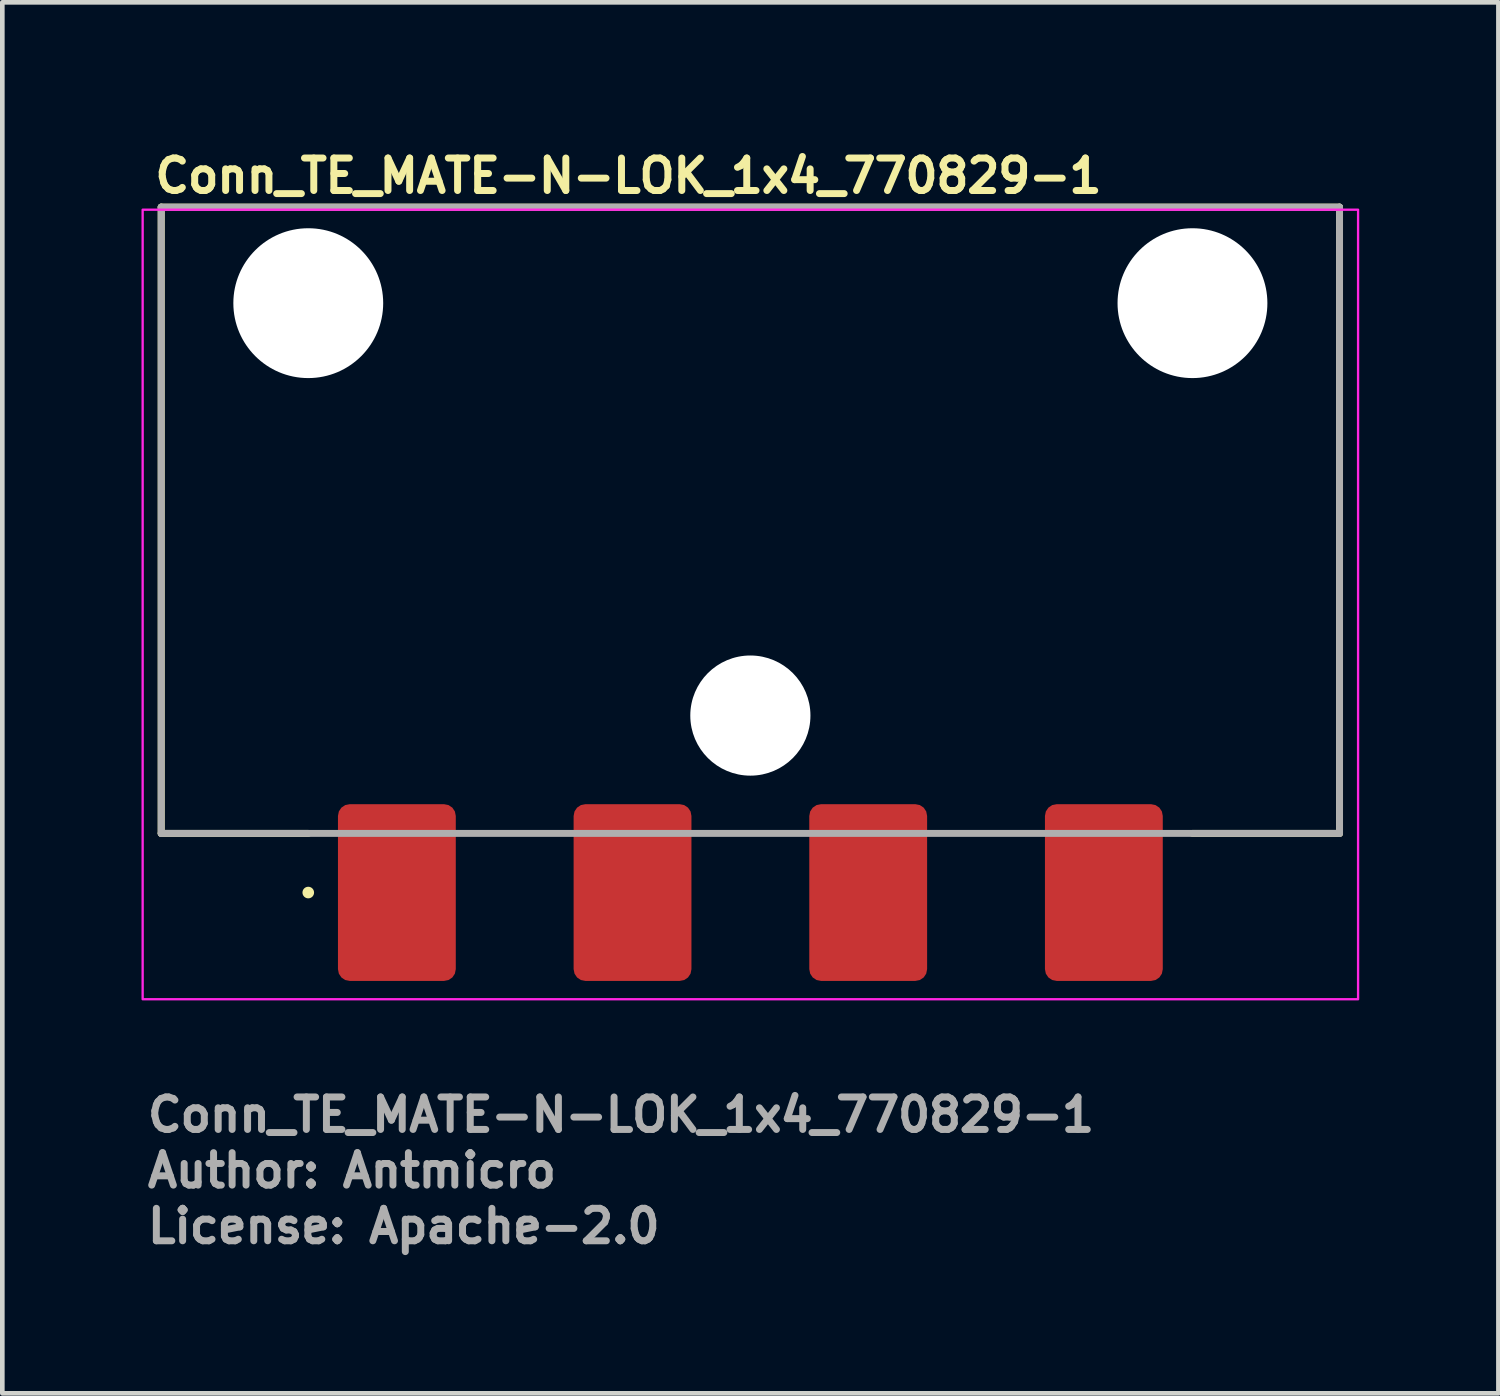
<source format=kicad_pcb>
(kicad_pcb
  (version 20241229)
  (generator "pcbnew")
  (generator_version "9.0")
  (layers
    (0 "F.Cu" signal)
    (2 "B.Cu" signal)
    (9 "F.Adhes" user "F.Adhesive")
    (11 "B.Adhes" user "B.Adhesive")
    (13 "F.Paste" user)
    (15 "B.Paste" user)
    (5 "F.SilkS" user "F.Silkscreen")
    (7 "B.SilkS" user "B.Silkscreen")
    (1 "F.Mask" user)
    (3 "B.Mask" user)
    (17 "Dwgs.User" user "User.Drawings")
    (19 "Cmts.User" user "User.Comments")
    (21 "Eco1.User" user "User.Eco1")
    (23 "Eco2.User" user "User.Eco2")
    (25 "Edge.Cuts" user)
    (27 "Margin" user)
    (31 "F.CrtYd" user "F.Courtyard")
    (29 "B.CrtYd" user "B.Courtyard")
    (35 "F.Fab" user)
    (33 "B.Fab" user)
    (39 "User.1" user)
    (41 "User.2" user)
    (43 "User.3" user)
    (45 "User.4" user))
  (footprint "Conn_TE_MATE-N-LOK_1x4_770829-1"
    (layer "F.Cu")
    (at 5.505 16.19)
    (property "Reference" "Conn_TE_MATE-N-LOK_1x4_770829-1" (at -5.29 -15.04 0) (layer "F.SilkS") (effects (font (size 0.7 0.7) (thickness 0.15)) (justify left bottom)))
    (attr smd)
    (fp_line (start -5.08 -14.775) (end 20.32 -14.775) (stroke (width 0.15) (type solid)) (layer "F.SilkS"))
    (fp_line (start -5.08 -1.275) (end -5.08 -14.775) (stroke (width 0.15) (type solid)) (layer "F.SilkS"))
    (fp_line (start -1.91 -1.275) (end -5.08 -1.275) (stroke (width 0.15) (type solid)) (layer "F.SilkS"))
    (fp_line (start 20.32 -14.775) (end 20.32 -1.275) (stroke (width 0.15) (type solid)) (layer "F.SilkS"))
    (fp_line (start 20.32 -1.275) (end 17.15 -1.275) (stroke (width 0.15) (type solid)) (layer "F.SilkS"))
    (fp_circle (center -1.91 0) (end -1.86 0) (stroke (width 0.15) (type solid)) (fill yes) (layer "F.SilkS"))
    (fp_rect (start -5.48 -14.72) (end 20.72 2.3) (stroke (width 0.05) (type solid)) (fill no) (layer "F.CrtYd"))
    (fp_line (start -5.08 -14.775) (end 20.32 -14.775) (stroke (width 0.15) (type solid)) (layer "F.Fab"))
    (fp_line (start -5.08 -1.275) (end -5.08 -14.775) (stroke (width 0.15) (type solid)) (layer "F.Fab"))
    (fp_line (start 20.32 -14.775) (end 20.32 -1.275) (stroke (width 0.15) (type solid)) (layer "F.Fab"))
    (fp_line (start 20.32 -1.275) (end -5.08 -1.275) (stroke (width 0.15) (type solid)) (layer "F.Fab"))
    (fp_rect (start -5.08 -14.1) (end 20.32 1.242) (stroke (width 0.1) (type solid)) (fill no) (layer "User.5"))
    (fp_line (start -5.08 -1.806) (end -5.08 -4.346) (stroke (width 0.02) (type solid)) (layer "User.9"))
    (fp_line (start -4.013 -14.1) (end -4.013 -1.806) (stroke (width 0.02) (type solid)) (layer "User.9"))
    (fp_line (start -4.013 -14.1) (end 19.253 -14.1) (stroke (width 0.02) (type solid)) (layer "User.9"))
    (fp_line (start -4.013 -4.346) (end -5.08 -4.346) (stroke (width 0.02) (type solid)) (layer "User.9"))
    (fp_line (start -4.013 -1.806) (end -5.08 -1.806) (stroke (width 0.02) (type solid)) (layer "User.9"))
    (fp_line (start -4.013 -1.806) (end -2.743 -1.806) (stroke (width 0.02) (type solid)) (layer "User.9"))
    (fp_line (start -2.743 -7.02) (end 1.067 -7.02) (stroke (width 0.02) (type solid)) (layer "User.9"))
    (fp_line (start -2.743 -1.806) (end -2.743 -7.02) (stroke (width 0.02) (type solid)) (layer "User.9"))
    (fp_line (start -2.743 -1.806) (end 1.067 -1.806) (stroke (width 0.02) (type solid)) (layer "User.9"))
    (fp_line (start -1.651 -1.067) (end -1.651 -1.806) (stroke (width 0.02) (type solid)) (layer "User.9"))
    (fp_line (start -1.114 -0.53) (end -1.651 -1.067) (stroke (width 0.02) (type solid)) (layer "User.9"))
    (fp_line (start -1.087 -0.509) (end -1.114 -0.53) (stroke (width 0.02) (type solid)) (layer "User.9"))
    (fp_line (start -1.056 -0.494) (end -1.087 -0.509) (stroke (width 0.02) (type solid)) (layer "User.9"))
    (fp_line (start -1.023 -0.487) (end -1.056 -0.494) (stroke (width 0.02) (type solid)) (layer "User.9"))
    (fp_line (start -0.988 -0.487) (end -1.023 -0.487) (stroke (width 0.02) (type solid)) (layer "User.9"))
    (fp_line (start -0.955 -0.494) (end -0.988 -0.487) (stroke (width 0.02) (type solid)) (layer "User.9"))
    (fp_line (start -0.924 -0.509) (end -0.955 -0.494) (stroke (width 0.02) (type solid)) (layer "User.9"))
    (fp_line (start -0.898 -0.531) (end -0.924 -0.509) (stroke (width 0.02) (type solid)) (layer "User.9"))
    (fp_line (start -0.876 -0.558) (end -0.898 -0.531) (stroke (width 0.02) (type solid)) (layer "User.9"))
    (fp_line (start -0.862 -0.589) (end -0.876 -0.558) (stroke (width 0.02) (type solid)) (layer "User.9"))
    (fp_line (start -0.854 -0.622) (end -0.862 -0.589) (stroke (width 0.02) (type solid)) (layer "User.9"))
    (fp_line (start -0.825 -1.806) (end -0.825 -1.502) (stroke (width 0.02) (type solid)) (layer "User.9"))
    (fp_line (start -0.762 -1.502) (end -0.854 -0.622) (stroke (width 0.02) (type solid)) (layer "User.9"))
    (fp_line (start -0.66 -1.502) (end -0.825 -1.502) (stroke (width 0.02) (type solid)) (layer "User.9"))
    (fp_line (start -0.66 -1.502) (end -0.66 -1.806) (stroke (width 0.02) (type solid)) (layer "User.9"))
    (fp_line (start -0.66 -1.475) (end -0.66 -1.502) (stroke (width 0.02) (type solid)) (layer "User.9"))
    (fp_line (start -0.66 -1.449) (end -0.66 -1.475) (stroke (width 0.02) (type solid)) (layer "User.9"))
    (fp_line (start -0.66 -1.423) (end -0.66 -1.449) (stroke (width 0.02) (type solid)) (layer "User.9"))
    (fp_line (start -0.66 -1.399) (end -0.66 -1.423) (stroke (width 0.02) (type solid)) (layer "User.9"))
    (fp_line (start -0.66 -1.375) (end -0.66 -1.399) (stroke (width 0.02) (type solid)) (layer "User.9"))
    (fp_line (start -0.66 -1.353) (end -0.66 -1.375) (stroke (width 0.02) (type solid)) (layer "User.9"))
    (fp_line (start -0.66 -1.333) (end -0.66 -1.353) (stroke (width 0.02) (type solid)) (layer "User.9"))
    (fp_line (start -0.66 -1.314) (end -0.66 -1.333) (stroke (width 0.02) (type solid)) (layer "User.9"))
    (fp_line (start -0.66 -1.297) (end -0.66 -1.314) (stroke (width 0.02) (type solid)) (layer "User.9"))
    (fp_line (start -0.66 -1.283) (end -0.66 -1.297) (stroke (width 0.02) (type solid)) (layer "User.9"))
    (fp_line (start -0.66 -1.271) (end -0.66 -1.283) (stroke (width 0.02) (type solid)) (layer "User.9"))
    (fp_line (start -0.66 -1.262) (end -0.66 -1.271) (stroke (width 0.02) (type solid)) (layer "User.9"))
    (fp_line (start -0.66 -1.255) (end -0.66 -1.262) (stroke (width 0.02) (type solid)) (layer "User.9"))
    (fp_line (start -0.66 -1.251) (end -0.66 -1.255) (stroke (width 0.02) (type solid)) (layer "User.9"))
    (fp_line (start -0.66 -0.969) (end -0.66 -1.251) (stroke (width 0.02) (type solid)) (layer "User.9"))
    (fp_line (start -0.66 -0.964) (end -0.66 -0.969) (stroke (width 0.02) (type solid)) (layer "User.9"))
    (fp_line (start -0.66 -0.956) (end -0.66 -0.964) (stroke (width 0.02) (type solid)) (layer "User.9"))
    (fp_line (start -0.66 -0.946) (end -0.66 -0.956) (stroke (width 0.02) (type solid)) (layer "User.9"))
    (fp_line (start -0.66 -0.932) (end -0.66 -0.946) (stroke (width 0.02) (type solid)) (layer "User.9"))
    (fp_line (start -0.66 -0.916) (end -0.66 -0.932) (stroke (width 0.02) (type solid)) (layer "User.9"))
    (fp_line (start -0.66 -0.897) (end -0.66 -0.916) (stroke (width 0.02) (type solid)) (layer "User.9"))
    (fp_line (start -0.66 -0.875) (end -0.66 -0.897) (stroke (width 0.02) (type solid)) (layer "User.9"))
    (fp_line (start -0.66 -0.851) (end -0.66 -0.875) (stroke (width 0.02) (type solid)) (layer "User.9"))
    (fp_line (start -0.66 -0.826) (end -0.66 -0.851) (stroke (width 0.02) (type solid)) (layer "User.9"))
    (fp_line (start -0.66 -0.799) (end -0.66 -0.826) (stroke (width 0.02) (type solid)) (layer "User.9"))
    (fp_line (start -0.66 -0.77) (end -0.66 -0.799) (stroke (width 0.02) (type solid)) (layer "User.9"))
    (fp_line (start -0.66 -0.74) (end -0.66 -0.77) (stroke (width 0.02) (type solid)) (layer "User.9"))
    (fp_line (start -0.66 -0.709) (end -0.66 -0.74) (stroke (width 0.02) (type solid)) (layer "User.9"))
    (fp_line (start -0.66 -0.678) (end -0.66 -0.709) (stroke (width 0.02) (type solid)) (layer "User.9"))
    (fp_line (start -0.66 1.242) (end -0.66 -0.678) (stroke (width 0.02) (type solid)) (layer "User.9"))
    (fp_line (start 0.66 -1.502) (end -0.66 -1.502) (stroke (width 0.02) (type solid)) (layer "User.9"))
    (fp_line (start 0.66 -1.502) (end 0.66 -1.806) (stroke (width 0.02) (type solid)) (layer "User.9"))
    (fp_line (start 0.66 -1.475) (end 0.66 -1.502) (stroke (width 0.02) (type solid)) (layer "User.9"))
    (fp_line (start 0.66 -1.449) (end 0.66 -1.475) (stroke (width 0.02) (type solid)) (layer "User.9"))
    (fp_line (start 0.66 -1.423) (end 0.66 -1.449) (stroke (width 0.02) (type solid)) (layer "User.9"))
    (fp_line (start 0.66 -1.399) (end 0.66 -1.423) (stroke (width 0.02) (type solid)) (layer "User.9"))
    (fp_line (start 0.66 -1.375) (end 0.66 -1.399) (stroke (width 0.02) (type solid)) (layer "User.9"))
    (fp_line (start 0.66 -1.353) (end 0.66 -1.375) (stroke (width 0.02) (type solid)) (layer "User.9"))
    (fp_line (start 0.66 -1.333) (end 0.66 -1.353) (stroke (width 0.02) (type solid)) (layer "User.9"))
    (fp_line (start 0.66 -1.314) (end 0.66 -1.333) (stroke (width 0.02) (type solid)) (layer "User.9"))
    (fp_line (start 0.66 -1.297) (end 0.66 -1.314) (stroke (width 0.02) (type solid)) (layer "User.9"))
    (fp_line (start 0.66 -1.283) (end 0.66 -1.297) (stroke (width 0.02) (type solid)) (layer "User.9"))
    (fp_line (start 0.66 -1.271) (end 0.66 -1.283) (stroke (width 0.02) (type solid)) (layer "User.9"))
    (fp_line (start 0.66 -1.262) (end 0.66 -1.271) (stroke (width 0.02) (type solid)) (layer "User.9"))
    (fp_line (start 0.66 -1.255) (end 0.66 -1.262) (stroke (width 0.02) (type solid)) (layer "User.9"))
    (fp_line (start 0.66 -1.251) (end -0.66 -1.251) (stroke (width 0.02) (type solid)) (layer "User.9"))
    (fp_line (start 0.66 -1.251) (end 0.66 -1.255) (stroke (width 0.02) (type solid)) (layer "User.9"))
    (fp_line (start 0.66 -0.969) (end -0.66 -0.969) (stroke (width 0.02) (type solid)) (layer "User.9"))
    (fp_line (start 0.66 -0.969) (end 0.66 -1.251) (stroke (width 0.02) (type solid)) (layer "User.9"))
    (fp_line (start 0.66 -0.964) (end 0.66 -0.969) (stroke (width 0.02) (type solid)) (layer "User.9"))
    (fp_line (start 0.66 -0.956) (end 0.66 -0.964) (stroke (width 0.02) (type solid)) (layer "User.9"))
    (fp_line (start 0.66 -0.946) (end 0.66 -0.956) (stroke (width 0.02) (type solid)) (layer "User.9"))
    (fp_line (start 0.66 -0.932) (end 0.66 -0.946) (stroke (width 0.02) (type solid)) (layer "User.9"))
    (fp_line (start 0.66 -0.916) (end 0.66 -0.932) (stroke (width 0.02) (type solid)) (layer "User.9"))
    (fp_line (start 0.66 -0.897) (end 0.66 -0.916) (stroke (width 0.02) (type solid)) (layer "User.9"))
    (fp_line (start 0.66 -0.875) (end 0.66 -0.897) (stroke (width 0.02) (type solid)) (layer "User.9"))
    (fp_line (start 0.66 -0.851) (end 0.66 -0.875) (stroke (width 0.02) (type solid)) (layer "User.9"))
    (fp_line (start 0.66 -0.826) (end 0.66 -0.851) (stroke (width 0.02) (type solid)) (layer "User.9"))
    (fp_line (start 0.66 -0.799) (end 0.66 -0.826) (stroke (width 0.02) (type solid)) (layer "User.9"))
    (fp_line (start 0.66 -0.77) (end 0.66 -0.799) (stroke (width 0.02) (type solid)) (layer "User.9"))
    (fp_line (start 0.66 -0.74) (end 0.66 -0.77) (stroke (width 0.02) (type solid)) (layer "User.9"))
    (fp_line (start 0.66 -0.709) (end 0.66 -0.74) (stroke (width 0.02) (type solid)) (layer "User.9"))
    (fp_line (start 0.66 -0.678) (end -0.66 -0.678) (stroke (width 0.02) (type solid)) (layer "User.9"))
    (fp_line (start 0.66 -0.678) (end 0.66 -0.709) (stroke (width 0.02) (type solid)) (layer "User.9"))
    (fp_line (start 0.66 1.242) (end -0.66 1.242) (stroke (width 0.02) (type solid)) (layer "User.9"))
    (fp_line (start 0.66 1.242) (end 0.66 -0.678) (stroke (width 0.02) (type solid)) (layer "User.9"))
    (fp_line (start 0.826 -1.806) (end 0.826 -1.502) (stroke (width 0.02) (type solid)) (layer "User.9"))
    (fp_line (start 0.826 -1.502) (end 0.66 -1.502) (stroke (width 0.02) (type solid)) (layer "User.9"))
    (fp_line (start 0.854 -0.622) (end 0.762 -1.502) (stroke (width 0.02) (type solid)) (layer "User.9"))
    (fp_line (start 0.862 -0.589) (end 0.854 -0.622) (stroke (width 0.02) (type solid)) (layer "User.9"))
    (fp_line (start 0.876 -0.558) (end 0.862 -0.589) (stroke (width 0.02) (type solid)) (layer "User.9"))
    (fp_line (start 0.898 -0.531) (end 0.876 -0.558) (stroke (width 0.02) (type solid)) (layer "User.9"))
    (fp_line (start 0.924 -0.509) (end 0.898 -0.531) (stroke (width 0.02) (type solid)) (layer "User.9"))
    (fp_line (start 0.955 -0.494) (end 0.924 -0.509) (stroke (width 0.02) (type solid)) (layer "User.9"))
    (fp_line (start 0.988 -0.487) (end 0.955 -0.494) (stroke (width 0.02) (type solid)) (layer "User.9"))
    (fp_line (start 1.023 -0.487) (end 0.988 -0.487) (stroke (width 0.02) (type solid)) (layer "User.9"))
    (fp_line (start 1.056 -0.494) (end 1.023 -0.487) (stroke (width 0.02) (type solid)) (layer "User.9"))
    (fp_line (start 1.067 -1.806) (end 1.067 -7.02) (stroke (width 0.02) (type solid)) (layer "User.9"))
    (fp_line (start 1.067 -1.806) (end 2.337 -1.806) (stroke (width 0.02) (type solid)) (layer "User.9"))
    (fp_line (start 1.087 -0.509) (end 1.056 -0.494) (stroke (width 0.02) (type solid)) (layer "User.9"))
    (fp_line (start 1.114 -0.53) (end 1.087 -0.509) (stroke (width 0.02) (type solid)) (layer "User.9"))
    (fp_line (start 1.651 -1.806) (end 1.651 -1.067) (stroke (width 0.02) (type solid)) (layer "User.9"))
    (fp_line (start 1.651 -1.067) (end 1.114 -0.53) (stroke (width 0.02) (type solid)) (layer "User.9"))
    (fp_line (start 2.337 -7.02) (end 6.147 -7.02) (stroke (width 0.02) (type solid)) (layer "User.9"))
    (fp_line (start 2.337 -1.806) (end 2.337 -7.02) (stroke (width 0.02) (type solid)) (layer "User.9"))
    (fp_line (start 2.337 -1.806) (end 6.147 -1.806) (stroke (width 0.02) (type solid)) (layer "User.9"))
    (fp_line (start 3.429 -1.067) (end 3.429 -1.806) (stroke (width 0.02) (type solid)) (layer "User.9"))
    (fp_line (start 3.966 -0.53) (end 3.429 -1.067) (stroke (width 0.02) (type solid)) (layer "User.9"))
    (fp_line (start 3.993 -0.509) (end 3.966 -0.53) (stroke (width 0.02) (type solid)) (layer "User.9"))
    (fp_line (start 4.024 -0.494) (end 3.993 -0.509) (stroke (width 0.02) (type solid)) (layer "User.9"))
    (fp_line (start 4.057 -0.487) (end 4.024 -0.494) (stroke (width 0.02) (type solid)) (layer "User.9"))
    (fp_line (start 4.092 -0.487) (end 4.057 -0.487) (stroke (width 0.02) (type solid)) (layer "User.9"))
    (fp_line (start 4.125 -0.494) (end 4.092 -0.487) (stroke (width 0.02) (type solid)) (layer "User.9"))
    (fp_line (start 4.156 -0.509) (end 4.125 -0.494) (stroke (width 0.02) (type solid)) (layer "User.9"))
    (fp_line (start 4.182 -0.531) (end 4.156 -0.509) (stroke (width 0.02) (type solid)) (layer "User.9"))
    (fp_line (start 4.204 -0.558) (end 4.182 -0.531) (stroke (width 0.02) (type solid)) (layer "User.9"))
    (fp_line (start 4.218 -0.589) (end 4.204 -0.558) (stroke (width 0.02) (type solid)) (layer "User.9"))
    (fp_line (start 4.226 -0.622) (end 4.218 -0.589) (stroke (width 0.02) (type solid)) (layer "User.9"))
    (fp_line (start 4.254 -1.806) (end 4.254 -1.502) (stroke (width 0.02) (type solid)) (layer "User.9"))
    (fp_line (start 4.318 -1.502) (end 4.226 -0.622) (stroke (width 0.02) (type solid)) (layer "User.9"))
    (fp_line (start 4.42 -1.502) (end 4.254 -1.502) (stroke (width 0.02) (type solid)) (layer "User.9"))
    (fp_line (start 4.42 -1.502) (end 4.42 -1.806) (stroke (width 0.02) (type solid)) (layer "User.9"))
    (fp_line (start 4.42 -1.475) (end 4.42 -1.502) (stroke (width 0.02) (type solid)) (layer "User.9"))
    (fp_line (start 4.42 -1.449) (end 4.42 -1.475) (stroke (width 0.02) (type solid)) (layer "User.9"))
    (fp_line (start 4.42 -1.423) (end 4.42 -1.449) (stroke (width 0.02) (type solid)) (layer "User.9"))
    (fp_line (start 4.42 -1.399) (end 4.42 -1.423) (stroke (width 0.02) (type solid)) (layer "User.9"))
    (fp_line (start 4.42 -1.375) (end 4.42 -1.399) (stroke (width 0.02) (type solid)) (layer "User.9"))
    (fp_line (start 4.42 -1.353) (end 4.42 -1.375) (stroke (width 0.02) (type solid)) (layer "User.9"))
    (fp_line (start 4.42 -1.333) (end 4.42 -1.353) (stroke (width 0.02) (type solid)) (layer "User.9"))
    (fp_line (start 4.42 -1.314) (end 4.42 -1.333) (stroke (width 0.02) (type solid)) (layer "User.9"))
    (fp_line (start 4.42 -1.297) (end 4.42 -1.314) (stroke (width 0.02) (type solid)) (layer "User.9"))
    (fp_line (start 4.42 -1.283) (end 4.42 -1.297) (stroke (width 0.02) (type solid)) (layer "User.9"))
    (fp_line (start 4.42 -1.271) (end 4.42 -1.283) (stroke (width 0.02) (type solid)) (layer "User.9"))
    (fp_line (start 4.42 -1.262) (end 4.42 -1.271) (stroke (width 0.02) (type solid)) (layer "User.9"))
    (fp_line (start 4.42 -1.255) (end 4.42 -1.262) (stroke (width 0.02) (type solid)) (layer "User.9"))
    (fp_line (start 4.42 -1.251) (end 4.42 -1.255) (stroke (width 0.02) (type solid)) (layer "User.9"))
    (fp_line (start 4.42 -0.969) (end 4.42 -1.251) (stroke (width 0.02) (type solid)) (layer "User.9"))
    (fp_line (start 4.42 -0.964) (end 4.42 -0.969) (stroke (width 0.02) (type solid)) (layer "User.9"))
    (fp_line (start 4.42 -0.956) (end 4.42 -0.964) (stroke (width 0.02) (type solid)) (layer "User.9"))
    (fp_line (start 4.42 -0.946) (end 4.42 -0.956) (stroke (width 0.02) (type solid)) (layer "User.9"))
    (fp_line (start 4.42 -0.932) (end 4.42 -0.946) (stroke (width 0.02) (type solid)) (layer "User.9"))
    (fp_line (start 4.42 -0.916) (end 4.42 -0.932) (stroke (width 0.02) (type solid)) (layer "User.9"))
    (fp_line (start 4.42 -0.897) (end 4.42 -0.916) (stroke (width 0.02) (type solid)) (layer "User.9"))
    (fp_line (start 4.42 -0.875) (end 4.42 -0.897) (stroke (width 0.02) (type solid)) (layer "User.9"))
    (fp_line (start 4.42 -0.851) (end 4.42 -0.875) (stroke (width 0.02) (type solid)) (layer "User.9"))
    (fp_line (start 4.42 -0.826) (end 4.42 -0.851) (stroke (width 0.02) (type solid)) (layer "User.9"))
    (fp_line (start 4.42 -0.799) (end 4.42 -0.826) (stroke (width 0.02) (type solid)) (layer "User.9"))
    (fp_line (start 4.42 -0.77) (end 4.42 -0.799) (stroke (width 0.02) (type solid)) (layer "User.9"))
    (fp_line (start 4.42 -0.74) (end 4.42 -0.77) (stroke (width 0.02) (type solid)) (layer "User.9"))
    (fp_line (start 4.42 -0.709) (end 4.42 -0.74) (stroke (width 0.02) (type solid)) (layer "User.9"))
    (fp_line (start 4.42 -0.678) (end 4.42 -0.709) (stroke (width 0.02) (type solid)) (layer "User.9"))
    (fp_line (start 4.42 1.242) (end 4.42 -0.678) (stroke (width 0.02) (type solid)) (layer "User.9"))
    (fp_line (start 5.74 -1.502) (end 4.42 -1.502) (stroke (width 0.02) (type solid)) (layer "User.9"))
    (fp_line (start 5.74 -1.502) (end 5.74 -1.806) (stroke (width 0.02) (type solid)) (layer "User.9"))
    (fp_line (start 5.74 -1.475) (end 5.74 -1.502) (stroke (width 0.02) (type solid)) (layer "User.9"))
    (fp_line (start 5.74 -1.449) (end 5.74 -1.475) (stroke (width 0.02) (type solid)) (layer "User.9"))
    (fp_line (start 5.74 -1.423) (end 5.74 -1.449) (stroke (width 0.02) (type solid)) (layer "User.9"))
    (fp_line (start 5.74 -1.399) (end 5.74 -1.423) (stroke (width 0.02) (type solid)) (layer "User.9"))
    (fp_line (start 5.74 -1.375) (end 5.74 -1.399) (stroke (width 0.02) (type solid)) (layer "User.9"))
    (fp_line (start 5.74 -1.353) (end 5.74 -1.375) (stroke (width 0.02) (type solid)) (layer "User.9"))
    (fp_line (start 5.74 -1.333) (end 5.74 -1.353) (stroke (width 0.02) (type solid)) (layer "User.9"))
    (fp_line (start 5.74 -1.314) (end 5.74 -1.333) (stroke (width 0.02) (type solid)) (layer "User.9"))
    (fp_line (start 5.74 -1.297) (end 5.74 -1.314) (stroke (width 0.02) (type solid)) (layer "User.9"))
    (fp_line (start 5.74 -1.283) (end 5.74 -1.297) (stroke (width 0.02) (type solid)) (layer "User.9"))
    (fp_line (start 5.74 -1.271) (end 5.74 -1.283) (stroke (width 0.02) (type solid)) (layer "User.9"))
    (fp_line (start 5.74 -1.262) (end 5.74 -1.271) (stroke (width 0.02) (type solid)) (layer "User.9"))
    (fp_line (start 5.74 -1.255) (end 5.74 -1.262) (stroke (width 0.02) (type solid)) (layer "User.9"))
    (fp_line (start 5.74 -1.251) (end 4.42 -1.251) (stroke (width 0.02) (type solid)) (layer "User.9"))
    (fp_line (start 5.74 -1.251) (end 5.74 -1.255) (stroke (width 0.02) (type solid)) (layer "User.9"))
    (fp_line (start 5.74 -0.969) (end 4.42 -0.969) (stroke (width 0.02) (type solid)) (layer "User.9"))
    (fp_line (start 5.74 -0.969) (end 5.74 -1.251) (stroke (width 0.02) (type solid)) (layer "User.9"))
    (fp_line (start 5.74 -0.964) (end 5.74 -0.969) (stroke (width 0.02) (type solid)) (layer "User.9"))
    (fp_line (start 5.74 -0.956) (end 5.74 -0.964) (stroke (width 0.02) (type solid)) (layer "User.9"))
    (fp_line (start 5.74 -0.946) (end 5.74 -0.956) (stroke (width 0.02) (type solid)) (layer "User.9"))
    (fp_line (start 5.74 -0.932) (end 5.74 -0.946) (stroke (width 0.02) (type solid)) (layer "User.9"))
    (fp_line (start 5.74 -0.916) (end 5.74 -0.932) (stroke (width 0.02) (type solid)) (layer "User.9"))
    (fp_line (start 5.74 -0.897) (end 5.74 -0.916) (stroke (width 0.02) (type solid)) (layer "User.9"))
    (fp_line (start 5.74 -0.875) (end 5.74 -0.897) (stroke (width 0.02) (type solid)) (layer "User.9"))
    (fp_line (start 5.74 -0.851) (end 5.74 -0.875) (stroke (width 0.02) (type solid)) (layer "User.9"))
    (fp_line (start 5.74 -0.826) (end 5.74 -0.851) (stroke (width 0.02) (type solid)) (layer "User.9"))
    (fp_line (start 5.74 -0.799) (end 5.74 -0.826) (stroke (width 0.02) (type solid)) (layer "User.9"))
    (fp_line (start 5.74 -0.77) (end 5.74 -0.799) (stroke (width 0.02) (type solid)) (layer "User.9"))
    (fp_line (start 5.74 -0.74) (end 5.74 -0.77) (stroke (width 0.02) (type solid)) (layer "User.9"))
    (fp_line (start 5.74 -0.709) (end 5.74 -0.74) (stroke (width 0.02) (type solid)) (layer "User.9"))
    (fp_line (start 5.74 -0.678) (end 4.42 -0.678) (stroke (width 0.02) (type solid)) (layer "User.9"))
    (fp_line (start 5.74 -0.678) (end 5.74 -0.709) (stroke (width 0.02) (type solid)) (layer "User.9"))
    (fp_line (start 5.74 1.242) (end 4.42 1.242) (stroke (width 0.02) (type solid)) (layer "User.9"))
    (fp_line (start 5.74 1.242) (end 5.74 -0.678) (stroke (width 0.02) (type solid)) (layer "User.9"))
    (fp_line (start 5.906 -1.806) (end 5.906 -1.502) (stroke (width 0.02) (type solid)) (layer "User.9"))
    (fp_line (start 5.906 -1.502) (end 5.74 -1.502) (stroke (width 0.02) (type solid)) (layer "User.9"))
    (fp_line (start 5.934 -0.622) (end 5.842 -1.502) (stroke (width 0.02) (type solid)) (layer "User.9"))
    (fp_line (start 5.942 -0.589) (end 5.934 -0.622) (stroke (width 0.02) (type solid)) (layer "User.9"))
    (fp_line (start 5.956 -0.558) (end 5.942 -0.589) (stroke (width 0.02) (type solid)) (layer "User.9"))
    (fp_line (start 5.978 -0.531) (end 5.956 -0.558) (stroke (width 0.02) (type solid)) (layer "User.9"))
    (fp_line (start 6.004 -0.509) (end 5.978 -0.531) (stroke (width 0.02) (type solid)) (layer "User.9"))
    (fp_line (start 6.035 -0.494) (end 6.004 -0.509) (stroke (width 0.02) (type solid)) (layer "User.9"))
    (fp_line (start 6.068 -0.487) (end 6.035 -0.494) (stroke (width 0.02) (type solid)) (layer "User.9"))
    (fp_line (start 6.103 -0.487) (end 6.068 -0.487) (stroke (width 0.02) (type solid)) (layer "User.9"))
    (fp_line (start 6.136 -0.494) (end 6.103 -0.487) (stroke (width 0.02) (type solid)) (layer "User.9"))
    (fp_line (start 6.147 -1.806) (end 6.147 -7.02) (stroke (width 0.02) (type solid)) (layer "User.9"))
    (fp_line (start 6.147 -1.806) (end 7.417 -1.806) (stroke (width 0.02) (type solid)) (layer "User.9"))
    (fp_line (start 6.167 -0.509) (end 6.136 -0.494) (stroke (width 0.02) (type solid)) (layer "User.9"))
    (fp_line (start 6.194 -0.53) (end 6.167 -0.509) (stroke (width 0.02) (type solid)) (layer "User.9"))
    (fp_line (start 6.731 -1.806) (end 6.731 -1.067) (stroke (width 0.02) (type solid)) (layer "User.9"))
    (fp_line (start 6.731 -1.067) (end 6.194 -0.53) (stroke (width 0.02) (type solid)) (layer "User.9"))
    (fp_line (start 7.417 -7.02) (end 11.227 -7.02) (stroke (width 0.02) (type solid)) (layer "User.9"))
    (fp_line (start 7.417 -1.806) (end 7.417 -7.02) (stroke (width 0.02) (type solid)) (layer "User.9"))
    (fp_line (start 7.417 -1.806) (end 11.227 -1.806) (stroke (width 0.02) (type solid)) (layer "User.9"))
    (fp_line (start 8.509 -1.067) (end 8.509 -1.806) (stroke (width 0.02) (type solid)) (layer "User.9"))
    (fp_line (start 9.046 -0.53) (end 8.509 -1.067) (stroke (width 0.02) (type solid)) (layer "User.9"))
    (fp_line (start 9.073 -0.509) (end 9.046 -0.53) (stroke (width 0.02) (type solid)) (layer "User.9"))
    (fp_line (start 9.104 -0.494) (end 9.073 -0.509) (stroke (width 0.02) (type solid)) (layer "User.9"))
    (fp_line (start 9.137 -0.487) (end 9.104 -0.494) (stroke (width 0.02) (type solid)) (layer "User.9"))
    (fp_line (start 9.172 -0.487) (end 9.137 -0.487) (stroke (width 0.02) (type solid)) (layer "User.9"))
    (fp_line (start 9.205 -0.494) (end 9.172 -0.487) (stroke (width 0.02) (type solid)) (layer "User.9"))
    (fp_line (start 9.236 -0.509) (end 9.205 -0.494) (stroke (width 0.02) (type solid)) (layer "User.9"))
    (fp_line (start 9.262 -0.531) (end 9.236 -0.509) (stroke (width 0.02) (type solid)) (layer "User.9"))
    (fp_line (start 9.284 -0.558) (end 9.262 -0.531) (stroke (width 0.02) (type solid)) (layer "User.9"))
    (fp_line (start 9.298 -0.589) (end 9.284 -0.558) (stroke (width 0.02) (type solid)) (layer "User.9"))
    (fp_line (start 9.306 -0.622) (end 9.298 -0.589) (stroke (width 0.02) (type solid)) (layer "User.9"))
    (fp_line (start 9.334 -1.806) (end 9.334 -1.502) (stroke (width 0.02) (type solid)) (layer "User.9"))
    (fp_line (start 9.398 -1.502) (end 9.306 -0.622) (stroke (width 0.02) (type solid)) (layer "User.9"))
    (fp_line (start 9.5 -1.502) (end 9.334 -1.502) (stroke (width 0.02) (type solid)) (layer "User.9"))
    (fp_line (start 9.5 -1.502) (end 9.5 -1.806) (stroke (width 0.02) (type solid)) (layer "User.9"))
    (fp_line (start 9.5 -1.475) (end 9.5 -1.502) (stroke (width 0.02) (type solid)) (layer "User.9"))
    (fp_line (start 9.5 -1.449) (end 9.5 -1.475) (stroke (width 0.02) (type solid)) (layer "User.9"))
    (fp_line (start 9.5 -1.423) (end 9.5 -1.449) (stroke (width 0.02) (type solid)) (layer "User.9"))
    (fp_line (start 9.5 -1.399) (end 9.5 -1.423) (stroke (width 0.02) (type solid)) (layer "User.9"))
    (fp_line (start 9.5 -1.375) (end 9.5 -1.399) (stroke (width 0.02) (type solid)) (layer "User.9"))
    (fp_line (start 9.5 -1.353) (end 9.5 -1.375) (stroke (width 0.02) (type solid)) (layer "User.9"))
    (fp_line (start 9.5 -1.333) (end 9.5 -1.353) (stroke (width 0.02) (type solid)) (layer "User.9"))
    (fp_line (start 9.5 -1.314) (end 9.5 -1.333) (stroke (width 0.02) (type solid)) (layer "User.9"))
    (fp_line (start 9.5 -1.297) (end 9.5 -1.314) (stroke (width 0.02) (type solid)) (layer "User.9"))
    (fp_line (start 9.5 -1.283) (end 9.5 -1.297) (stroke (width 0.02) (type solid)) (layer "User.9"))
    (fp_line (start 9.5 -1.271) (end 9.5 -1.283) (stroke (width 0.02) (type solid)) (layer "User.9"))
    (fp_line (start 9.5 -1.262) (end 9.5 -1.271) (stroke (width 0.02) (type solid)) (layer "User.9"))
    (fp_line (start 9.5 -1.255) (end 9.5 -1.262) (stroke (width 0.02) (type solid)) (layer "User.9"))
    (fp_line (start 9.5 -1.251) (end 9.5 -1.255) (stroke (width 0.02) (type solid)) (layer "User.9"))
    (fp_line (start 9.5 -0.969) (end 9.5 -1.251) (stroke (width 0.02) (type solid)) (layer "User.9"))
    (fp_line (start 9.5 -0.964) (end 9.5 -0.969) (stroke (width 0.02) (type solid)) (layer "User.9"))
    (fp_line (start 9.5 -0.956) (end 9.5 -0.964) (stroke (width 0.02) (type solid)) (layer "User.9"))
    (fp_line (start 9.5 -0.946) (end 9.5 -0.956) (stroke (width 0.02) (type solid)) (layer "User.9"))
    (fp_line (start 9.5 -0.932) (end 9.5 -0.946) (stroke (width 0.02) (type solid)) (layer "User.9"))
    (fp_line (start 9.5 -0.916) (end 9.5 -0.932) (stroke (width 0.02) (type solid)) (layer "User.9"))
    (fp_line (start 9.5 -0.897) (end 9.5 -0.916) (stroke (width 0.02) (type solid)) (layer "User.9"))
    (fp_line (start 9.5 -0.875) (end 9.5 -0.897) (stroke (width 0.02) (type solid)) (layer "User.9"))
    (fp_line (start 9.5 -0.851) (end 9.5 -0.875) (stroke (width 0.02) (type solid)) (layer "User.9"))
    (fp_line (start 9.5 -0.826) (end 9.5 -0.851) (stroke (width 0.02) (type solid)) (layer "User.9"))
    (fp_line (start 9.5 -0.799) (end 9.5 -0.826) (stroke (width 0.02) (type solid)) (layer "User.9"))
    (fp_line (start 9.5 -0.77) (end 9.5 -0.799) (stroke (width 0.02) (type solid)) (layer "User.9"))
    (fp_line (start 9.5 -0.74) (end 9.5 -0.77) (stroke (width 0.02) (type solid)) (layer "User.9"))
    (fp_line (start 9.5 -0.709) (end 9.5 -0.74) (stroke (width 0.02) (type solid)) (layer "User.9"))
    (fp_line (start 9.5 -0.678) (end 9.5 -0.709) (stroke (width 0.02) (type solid)) (layer "User.9"))
    (fp_line (start 9.5 1.242) (end 9.5 -0.678) (stroke (width 0.02) (type solid)) (layer "User.9"))
    (fp_line (start 10.82 -1.502) (end 9.5 -1.502) (stroke (width 0.02) (type solid)) (layer "User.9"))
    (fp_line (start 10.82 -1.502) (end 10.82 -1.806) (stroke (width 0.02) (type solid)) (layer "User.9"))
    (fp_line (start 10.82 -1.475) (end 10.82 -1.502) (stroke (width 0.02) (type solid)) (layer "User.9"))
    (fp_line (start 10.82 -1.449) (end 10.82 -1.475) (stroke (width 0.02) (type solid)) (layer "User.9"))
    (fp_line (start 10.82 -1.423) (end 10.82 -1.449) (stroke (width 0.02) (type solid)) (layer "User.9"))
    (fp_line (start 10.82 -1.399) (end 10.82 -1.423) (stroke (width 0.02) (type solid)) (layer "User.9"))
    (fp_line (start 10.82 -1.375) (end 10.82 -1.399) (stroke (width 0.02) (type solid)) (layer "User.9"))
    (fp_line (start 10.82 -1.353) (end 10.82 -1.375) (stroke (width 0.02) (type solid)) (layer "User.9"))
    (fp_line (start 10.82 -1.333) (end 10.82 -1.353) (stroke (width 0.02) (type solid)) (layer "User.9"))
    (fp_line (start 10.82 -1.314) (end 10.82 -1.333) (stroke (width 0.02) (type solid)) (layer "User.9"))
    (fp_line (start 10.82 -1.297) (end 10.82 -1.314) (stroke (width 0.02) (type solid)) (layer "User.9"))
    (fp_line (start 10.82 -1.283) (end 10.82 -1.297) (stroke (width 0.02) (type solid)) (layer "User.9"))
    (fp_line (start 10.82 -1.271) (end 10.82 -1.283) (stroke (width 0.02) (type solid)) (layer "User.9"))
    (fp_line (start 10.82 -1.262) (end 10.82 -1.271) (stroke (width 0.02) (type solid)) (layer "User.9"))
    (fp_line (start 10.82 -1.255) (end 10.82 -1.262) (stroke (width 0.02) (type solid)) (layer "User.9"))
    (fp_line (start 10.82 -1.251) (end 9.5 -1.251) (stroke (width 0.02) (type solid)) (layer "User.9"))
    (fp_line (start 10.82 -1.251) (end 10.82 -1.255) (stroke (width 0.02) (type solid)) (layer "User.9"))
    (fp_line (start 10.82 -0.969) (end 9.5 -0.969) (stroke (width 0.02) (type solid)) (layer "User.9"))
    (fp_line (start 10.82 -0.969) (end 10.82 -1.251) (stroke (width 0.02) (type solid)) (layer "User.9"))
    (fp_line (start 10.82 -0.964) (end 10.82 -0.969) (stroke (width 0.02) (type solid)) (layer "User.9"))
    (fp_line (start 10.82 -0.956) (end 10.82 -0.964) (stroke (width 0.02) (type solid)) (layer "User.9"))
    (fp_line (start 10.82 -0.946) (end 10.82 -0.956) (stroke (width 0.02) (type solid)) (layer "User.9"))
    (fp_line (start 10.82 -0.932) (end 10.82 -0.946) (stroke (width 0.02) (type solid)) (layer "User.9"))
    (fp_line (start 10.82 -0.916) (end 10.82 -0.932) (stroke (width 0.02) (type solid)) (layer "User.9"))
    (fp_line (start 10.82 -0.897) (end 10.82 -0.916) (stroke (width 0.02) (type solid)) (layer "User.9"))
    (fp_line (start 10.82 -0.875) (end 10.82 -0.897) (stroke (width 0.02) (type solid)) (layer "User.9"))
    (fp_line (start 10.82 -0.851) (end 10.82 -0.875) (stroke (width 0.02) (type solid)) (layer "User.9"))
    (fp_line (start 10.82 -0.826) (end 10.82 -0.851) (stroke (width 0.02) (type solid)) (layer "User.9"))
    (fp_line (start 10.82 -0.799) (end 10.82 -0.826) (stroke (width 0.02) (type solid)) (layer "User.9"))
    (fp_line (start 10.82 -0.77) (end 10.82 -0.799) (stroke (width 0.02) (type solid)) (layer "User.9"))
    (fp_line (start 10.82 -0.74) (end 10.82 -0.77) (stroke (width 0.02) (type solid)) (layer "User.9"))
    (fp_line (start 10.82 -0.709) (end 10.82 -0.74) (stroke (width 0.02) (type solid)) (layer "User.9"))
    (fp_line (start 10.82 -0.678) (end 9.5 -0.678) (stroke (width 0.02) (type solid)) (layer "User.9"))
    (fp_line (start 10.82 -0.678) (end 10.82 -0.709) (stroke (width 0.02) (type solid)) (layer "User.9"))
    (fp_line (start 10.82 1.242) (end 9.5 1.242) (stroke (width 0.02) (type solid)) (layer "User.9"))
    (fp_line (start 10.82 1.242) (end 10.82 -0.678) (stroke (width 0.02) (type solid)) (layer "User.9"))
    (fp_line (start 10.986 -1.806) (end 10.986 -1.502) (stroke (width 0.02) (type solid)) (layer "User.9"))
    (fp_line (start 10.986 -1.502) (end 10.82 -1.502) (stroke (width 0.02) (type solid)) (layer "User.9"))
    (fp_line (start 11.014 -0.622) (end 10.922 -1.502) (stroke (width 0.02) (type solid)) (layer "User.9"))
    (fp_line (start 11.022 -0.589) (end 11.014 -0.622) (stroke (width 0.02) (type solid)) (layer "User.9"))
    (fp_line (start 11.036 -0.558) (end 11.022 -0.589) (stroke (width 0.02) (type solid)) (layer "User.9"))
    (fp_line (start 11.058 -0.531) (end 11.036 -0.558) (stroke (width 0.02) (type solid)) (layer "User.9"))
    (fp_line (start 11.084 -0.509) (end 11.058 -0.531) (stroke (width 0.02) (type solid)) (layer "User.9"))
    (fp_line (start 11.115 -0.494) (end 11.084 -0.509) (stroke (width 0.02) (type solid)) (layer "User.9"))
    (fp_line (start 11.148 -0.487) (end 11.115 -0.494) (stroke (width 0.02) (type solid)) (layer "User.9"))
    (fp_line (start 11.183 -0.487) (end 11.148 -0.487) (stroke (width 0.02) (type solid)) (layer "User.9"))
    (fp_line (start 11.216 -0.494) (end 11.183 -0.487) (stroke (width 0.02) (type solid)) (layer "User.9"))
    (fp_line (start 11.227 -1.806) (end 11.227 -7.02) (stroke (width 0.02) (type solid)) (layer "User.9"))
    (fp_line (start 11.227 -1.806) (end 12.497 -1.806) (stroke (width 0.02) (type solid)) (layer "User.9"))
    (fp_line (start 11.247 -0.509) (end 11.216 -0.494) (stroke (width 0.02) (type solid)) (layer "User.9"))
    (fp_line (start 11.274 -0.53) (end 11.247 -0.509) (stroke (width 0.02) (type solid)) (layer "User.9"))
    (fp_line (start 11.811 -1.806) (end 11.811 -1.067) (stroke (width 0.02) (type solid)) (layer "User.9"))
    (fp_line (start 11.811 -1.067) (end 11.274 -0.53) (stroke (width 0.02) (type solid)) (layer "User.9"))
    (fp_line (start 12.497 -7.02) (end 16.307 -7.02) (stroke (width 0.02) (type solid)) (layer "User.9"))
    (fp_line (start 12.497 -1.806) (end 12.497 -7.02) (stroke (width 0.02) (type solid)) (layer "User.9"))
    (fp_line (start 12.497 -1.806) (end 16.307 -1.806) (stroke (width 0.02) (type solid)) (layer "User.9"))
    (fp_line (start 13.589 -1.067) (end 13.589 -1.806) (stroke (width 0.02) (type solid)) (layer "User.9"))
    (fp_line (start 14.126 -0.53) (end 13.589 -1.067) (stroke (width 0.02) (type solid)) (layer "User.9"))
    (fp_line (start 14.153 -0.509) (end 14.126 -0.53) (stroke (width 0.02) (type solid)) (layer "User.9"))
    (fp_line (start 14.184 -0.494) (end 14.153 -0.509) (stroke (width 0.02) (type solid)) (layer "User.9"))
    (fp_line (start 14.217 -0.487) (end 14.184 -0.494) (stroke (width 0.02) (type solid)) (layer "User.9"))
    (fp_line (start 14.252 -0.487) (end 14.217 -0.487) (stroke (width 0.02) (type solid)) (layer "User.9"))
    (fp_line (start 14.285 -0.494) (end 14.252 -0.487) (stroke (width 0.02) (type solid)) (layer "User.9"))
    (fp_line (start 14.316 -0.509) (end 14.285 -0.494) (stroke (width 0.02) (type solid)) (layer "User.9"))
    (fp_line (start 14.342 -0.531) (end 14.316 -0.509) (stroke (width 0.02) (type solid)) (layer "User.9"))
    (fp_line (start 14.364 -0.558) (end 14.342 -0.531) (stroke (width 0.02) (type solid)) (layer "User.9"))
    (fp_line (start 14.378 -0.589) (end 14.364 -0.558) (stroke (width 0.02) (type solid)) (layer "User.9"))
    (fp_line (start 14.386 -0.622) (end 14.378 -0.589) (stroke (width 0.02) (type solid)) (layer "User.9"))
    (fp_line (start 14.414 -1.806) (end 14.414 -1.502) (stroke (width 0.02) (type solid)) (layer "User.9"))
    (fp_line (start 14.478 -1.502) (end 14.386 -0.622) (stroke (width 0.02) (type solid)) (layer "User.9"))
    (fp_line (start 14.58 -1.502) (end 14.414 -1.502) (stroke (width 0.02) (type solid)) (layer "User.9"))
    (fp_line (start 14.58 -1.502) (end 14.58 -1.806) (stroke (width 0.02) (type solid)) (layer "User.9"))
    (fp_line (start 14.58 -1.475) (end 14.58 -1.502) (stroke (width 0.02) (type solid)) (layer "User.9"))
    (fp_line (start 14.58 -1.449) (end 14.58 -1.475) (stroke (width 0.02) (type solid)) (layer "User.9"))
    (fp_line (start 14.58 -1.423) (end 14.58 -1.449) (stroke (width 0.02) (type solid)) (layer "User.9"))
    (fp_line (start 14.58 -1.399) (end 14.58 -1.423) (stroke (width 0.02) (type solid)) (layer "User.9"))
    (fp_line (start 14.58 -1.375) (end 14.58 -1.399) (stroke (width 0.02) (type solid)) (layer "User.9"))
    (fp_line (start 14.58 -1.353) (end 14.58 -1.375) (stroke (width 0.02) (type solid)) (layer "User.9"))
    (fp_line (start 14.58 -1.333) (end 14.58 -1.353) (stroke (width 0.02) (type solid)) (layer "User.9"))
    (fp_line (start 14.58 -1.314) (end 14.58 -1.333) (stroke (width 0.02) (type solid)) (layer "User.9"))
    (fp_line (start 14.58 -1.297) (end 14.58 -1.314) (stroke (width 0.02) (type solid)) (layer "User.9"))
    (fp_line (start 14.58 -1.283) (end 14.58 -1.297) (stroke (width 0.02) (type solid)) (layer "User.9"))
    (fp_line (start 14.58 -1.271) (end 14.58 -1.283) (stroke (width 0.02) (type solid)) (layer "User.9"))
    (fp_line (start 14.58 -1.262) (end 14.58 -1.271) (stroke (width 0.02) (type solid)) (layer "User.9"))
    (fp_line (start 14.58 -1.255) (end 14.58 -1.262) (stroke (width 0.02) (type solid)) (layer "User.9"))
    (fp_line (start 14.58 -1.251) (end 14.58 -1.255) (stroke (width 0.02) (type solid)) (layer "User.9"))
    (fp_line (start 14.58 -0.969) (end 14.58 -1.251) (stroke (width 0.02) (type solid)) (layer "User.9"))
    (fp_line (start 14.58 -0.964) (end 14.58 -0.969) (stroke (width 0.02) (type solid)) (layer "User.9"))
    (fp_line (start 14.58 -0.956) (end 14.58 -0.964) (stroke (width 0.02) (type solid)) (layer "User.9"))
    (fp_line (start 14.58 -0.946) (end 14.58 -0.956) (stroke (width 0.02) (type solid)) (layer "User.9"))
    (fp_line (start 14.58 -0.932) (end 14.58 -0.946) (stroke (width 0.02) (type solid)) (layer "User.9"))
    (fp_line (start 14.58 -0.916) (end 14.58 -0.932) (stroke (width 0.02) (type solid)) (layer "User.9"))
    (fp_line (start 14.58 -0.897) (end 14.58 -0.916) (stroke (width 0.02) (type solid)) (layer "User.9"))
    (fp_line (start 14.58 -0.875) (end 14.58 -0.897) (stroke (width 0.02) (type solid)) (layer "User.9"))
    (fp_line (start 14.58 -0.851) (end 14.58 -0.875) (stroke (width 0.02) (type solid)) (layer "User.9"))
    (fp_line (start 14.58 -0.826) (end 14.58 -0.851) (stroke (width 0.02) (type solid)) (layer "User.9"))
    (fp_line (start 14.58 -0.799) (end 14.58 -0.826) (stroke (width 0.02) (type solid)) (layer "User.9"))
    (fp_line (start 14.58 -0.77) (end 14.58 -0.799) (stroke (width 0.02) (type solid)) (layer "User.9"))
    (fp_line (start 14.58 -0.74) (end 14.58 -0.77) (stroke (width 0.02) (type solid)) (layer "User.9"))
    (fp_line (start 14.58 -0.709) (end 14.58 -0.74) (stroke (width 0.02) (type solid)) (layer "User.9"))
    (fp_line (start 14.58 -0.678) (end 14.58 -0.709) (stroke (width 0.02) (type solid)) (layer "User.9"))
    (fp_line (start 14.58 1.242) (end 14.58 -0.678) (stroke (width 0.02) (type solid)) (layer "User.9"))
    (fp_line (start 15.9 -1.502) (end 14.58 -1.502) (stroke (width 0.02) (type solid)) (layer "User.9"))
    (fp_line (start 15.9 -1.502) (end 15.9 -1.806) (stroke (width 0.02) (type solid)) (layer "User.9"))
    (fp_line (start 15.9 -1.475) (end 15.9 -1.502) (stroke (width 0.02) (type solid)) (layer "User.9"))
    (fp_line (start 15.9 -1.449) (end 15.9 -1.475) (stroke (width 0.02) (type solid)) (layer "User.9"))
    (fp_line (start 15.9 -1.423) (end 15.9 -1.449) (stroke (width 0.02) (type solid)) (layer "User.9"))
    (fp_line (start 15.9 -1.399) (end 15.9 -1.423) (stroke (width 0.02) (type solid)) (layer "User.9"))
    (fp_line (start 15.9 -1.375) (end 15.9 -1.399) (stroke (width 0.02) (type solid)) (layer "User.9"))
    (fp_line (start 15.9 -1.353) (end 15.9 -1.375) (stroke (width 0.02) (type solid)) (layer "User.9"))
    (fp_line (start 15.9 -1.333) (end 15.9 -1.353) (stroke (width 0.02) (type solid)) (layer "User.9"))
    (fp_line (start 15.9 -1.314) (end 15.9 -1.333) (stroke (width 0.02) (type solid)) (layer "User.9"))
    (fp_line (start 15.9 -1.297) (end 15.9 -1.314) (stroke (width 0.02) (type solid)) (layer "User.9"))
    (fp_line (start 15.9 -1.283) (end 15.9 -1.297) (stroke (width 0.02) (type solid)) (layer "User.9"))
    (fp_line (start 15.9 -1.271) (end 15.9 -1.283) (stroke (width 0.02) (type solid)) (layer "User.9"))
    (fp_line (start 15.9 -1.262) (end 15.9 -1.271) (stroke (width 0.02) (type solid)) (layer "User.9"))
    (fp_line (start 15.9 -1.255) (end 15.9 -1.262) (stroke (width 0.02) (type solid)) (layer "User.9"))
    (fp_line (start 15.9 -1.251) (end 14.58 -1.251) (stroke (width 0.02) (type solid)) (layer "User.9"))
    (fp_line (start 15.9 -1.251) (end 15.9 -1.255) (stroke (width 0.02) (type solid)) (layer "User.9"))
    (fp_line (start 15.9 -0.969) (end 14.58 -0.969) (stroke (width 0.02) (type solid)) (layer "User.9"))
    (fp_line (start 15.9 -0.969) (end 15.9 -1.251) (stroke (width 0.02) (type solid)) (layer "User.9"))
    (fp_line (start 15.9 -0.964) (end 15.9 -0.969) (stroke (width 0.02) (type solid)) (layer "User.9"))
    (fp_line (start 15.9 -0.956) (end 15.9 -0.964) (stroke (width 0.02) (type solid)) (layer "User.9"))
    (fp_line (start 15.9 -0.946) (end 15.9 -0.956) (stroke (width 0.02) (type solid)) (layer "User.9"))
    (fp_line (start 15.9 -0.932) (end 15.9 -0.946) (stroke (width 0.02) (type solid)) (layer "User.9"))
    (fp_line (start 15.9 -0.916) (end 15.9 -0.932) (stroke (width 0.02) (type solid)) (layer "User.9"))
    (fp_line (start 15.9 -0.897) (end 15.9 -0.916) (stroke (width 0.02) (type solid)) (layer "User.9"))
    (fp_line (start 15.9 -0.875) (end 15.9 -0.897) (stroke (width 0.02) (type solid)) (layer "User.9"))
    (fp_line (start 15.9 -0.851) (end 15.9 -0.875) (stroke (width 0.02) (type solid)) (layer "User.9"))
    (fp_line (start 15.9 -0.826) (end 15.9 -0.851) (stroke (width 0.02) (type solid)) (layer "User.9"))
    (fp_line (start 15.9 -0.799) (end 15.9 -0.826) (stroke (width 0.02) (type solid)) (layer "User.9"))
    (fp_line (start 15.9 -0.77) (end 15.9 -0.799) (stroke (width 0.02) (type solid)) (layer "User.9"))
    (fp_line (start 15.9 -0.74) (end 15.9 -0.77) (stroke (width 0.02) (type solid)) (layer "User.9"))
    (fp_line (start 15.9 -0.709) (end 15.9 -0.74) (stroke (width 0.02) (type solid)) (layer "User.9"))
    (fp_line (start 15.9 -0.678) (end 14.58 -0.678) (stroke (width 0.02) (type solid)) (layer "User.9"))
    (fp_line (start 15.9 -0.678) (end 15.9 -0.709) (stroke (width 0.02) (type solid)) (layer "User.9"))
    (fp_line (start 15.9 1.242) (end 14.58 1.242) (stroke (width 0.02) (type solid)) (layer "User.9"))
    (fp_line (start 15.9 1.242) (end 15.9 -0.678) (stroke (width 0.02) (type solid)) (layer "User.9"))
    (fp_line (start 16.065 -1.806) (end 16.065 -1.502) (stroke (width 0.02) (type solid)) (layer "User.9"))
    (fp_line (start 16.065 -1.502) (end 15.9 -1.502) (stroke (width 0.02) (type solid)) (layer "User.9"))
    (fp_line (start 16.094 -0.622) (end 16.002 -1.502) (stroke (width 0.02) (type solid)) (layer "User.9"))
    (fp_line (start 16.102 -0.589) (end 16.094 -0.622) (stroke (width 0.02) (type solid)) (layer "User.9"))
    (fp_line (start 16.116 -0.558) (end 16.102 -0.589) (stroke (width 0.02) (type solid)) (layer "User.9"))
    (fp_line (start 16.138 -0.531) (end 16.116 -0.558) (stroke (width 0.02) (type solid)) (layer "User.9"))
    (fp_line (start 16.164 -0.509) (end 16.138 -0.531) (stroke (width 0.02) (type solid)) (layer "User.9"))
    (fp_line (start 16.195 -0.494) (end 16.164 -0.509) (stroke (width 0.02) (type solid)) (layer "User.9"))
    (fp_line (start 16.228 -0.487) (end 16.195 -0.494) (stroke (width 0.02) (type solid)) (layer "User.9"))
    (fp_line (start 16.263 -0.487) (end 16.228 -0.487) (stroke (width 0.02) (type solid)) (layer "User.9"))
    (fp_line (start 16.296 -0.494) (end 16.263 -0.487) (stroke (width 0.02) (type solid)) (layer "User.9"))
    (fp_line (start 16.307 -1.806) (end 16.307 -7.02) (stroke (width 0.02) (type solid)) (layer "User.9"))
    (fp_line (start 16.307 -1.806) (end 17.577 -1.806) (stroke (width 0.02) (type solid)) (layer "User.9"))
    (fp_line (start 16.327 -0.509) (end 16.296 -0.494) (stroke (width 0.02) (type solid)) (layer "User.9"))
    (fp_line (start 16.354 -0.53) (end 16.327 -0.509) (stroke (width 0.02) (type solid)) (layer "User.9"))
    (fp_line (start 16.891 -1.806) (end 16.891 -1.067) (stroke (width 0.02) (type solid)) (layer "User.9"))
    (fp_line (start 16.891 -1.067) (end 16.354 -0.53) (stroke (width 0.02) (type solid)) (layer "User.9"))
    (fp_line (start 17.221 -1.806) (end 17.221 -1.717) (stroke (width 0.02) (type solid)) (layer "User.9"))
    (fp_line (start 17.577 -1.806) (end 17.577 -7.02) (stroke (width 0.02) (type solid)) (layer "User.9"))
    (fp_line (start 18.059 -1.806) (end 18.059 -1.717) (stroke (width 0.02) (type solid)) (layer "User.9"))
    (fp_line (start 18.059 -1.806) (end 18.059 -1.717) (stroke (width 0.02) (type solid)) (layer "User.9"))
    (fp_line (start 18.059 -1.717) (end 17.221 -1.717) (stroke (width 0.02) (type solid)) (layer "User.9"))
    (fp_line (start 19.253 -14.1) (end 19.253 -7.02) (stroke (width 0.02) (type solid)) (layer "User.9"))
    (fp_line (start 19.253 -7.02) (end 17.577 -7.02) (stroke (width 0.02) (type solid)) (layer "User.9"))
    (fp_line (start 19.253 -7.02) (end 19.253 -1.806) (stroke (width 0.02) (type solid)) (layer "User.9"))
    (fp_line (start 19.253 -1.806) (end 17.577 -1.806) (stroke (width 0.02) (type solid)) (layer "User.9"))
    (fp_line (start 20.32 -4.346) (end 19.253 -4.346) (stroke (width 0.02) (type solid)) (layer "User.9"))
    (fp_line (start 20.32 -1.806) (end 19.253 -1.806) (stroke (width 0.02) (type solid)) (layer "User.9"))
    (fp_line (start 20.32 -1.806) (end 20.32 -4.346) (stroke (width 0.02) (type solid)) (layer "User.9"))
    (fp_text user "License: Apache-2.0" (at -5.45 7.6 0) (layer "F.Fab") (effects (font (size 0.7 0.7) (thickness 0.15)) (justify left bottom)))
    (fp_text user "${REFERENCE}" (at -5.45 5.2 0) (layer "F.Fab") (effects (font (size 0.7 0.7) (thickness 0.15)) (justify left bottom)))
    (fp_text user "Author: Antmicro" (at -5.45 6.4 0) (layer "F.Fab") (effects (font (size 0.7 0.7) (thickness 0.15)) (justify left bottom)))
    (pad "" np_thru_hole circle (at -1.91 -12.705) (size 3.23 3.23) (drill 3.23) (layers "*.Cu" "*.Mask"))
    (pad "" np_thru_hole circle (at 7.62 -3.815) (size 2.59 2.59) (drill 2.59) (layers "*.Cu" "*.Mask"))
    (pad "" np_thru_hole circle (at 17.15 -12.705) (size 3.23 3.23) (drill 3.23) (layers "*.Cu" "*.Mask"))
    (pad "1" smd roundrect (at 0 0) (size 2.54 3.81) (layers "F.Cu" "F.Mask" "F.Paste") (roundrect_rratio 0.1))
    (pad "2" smd roundrect (at 5.08 0) (size 2.54 3.81) (layers "F.Cu" "F.Mask" "F.Paste") (roundrect_rratio 0.1))
    (pad "3" smd roundrect (at 10.16 0) (size 2.54 3.81) (layers "F.Cu" "F.Mask" "F.Paste") (roundrect_rratio 0.1))
    (pad "4" smd roundrect (at 15.24 0) (size 2.54 3.81) (layers "F.Cu" "F.Mask" "F.Paste") (roundrect_rratio 0.1)))
  (gr_rect
    (start -3 -3)
    (end 29.25 26.985)
    (stroke (width 0.1) (type default))
    (fill no)
    (layer "Edge.Cuts")))
</source>
